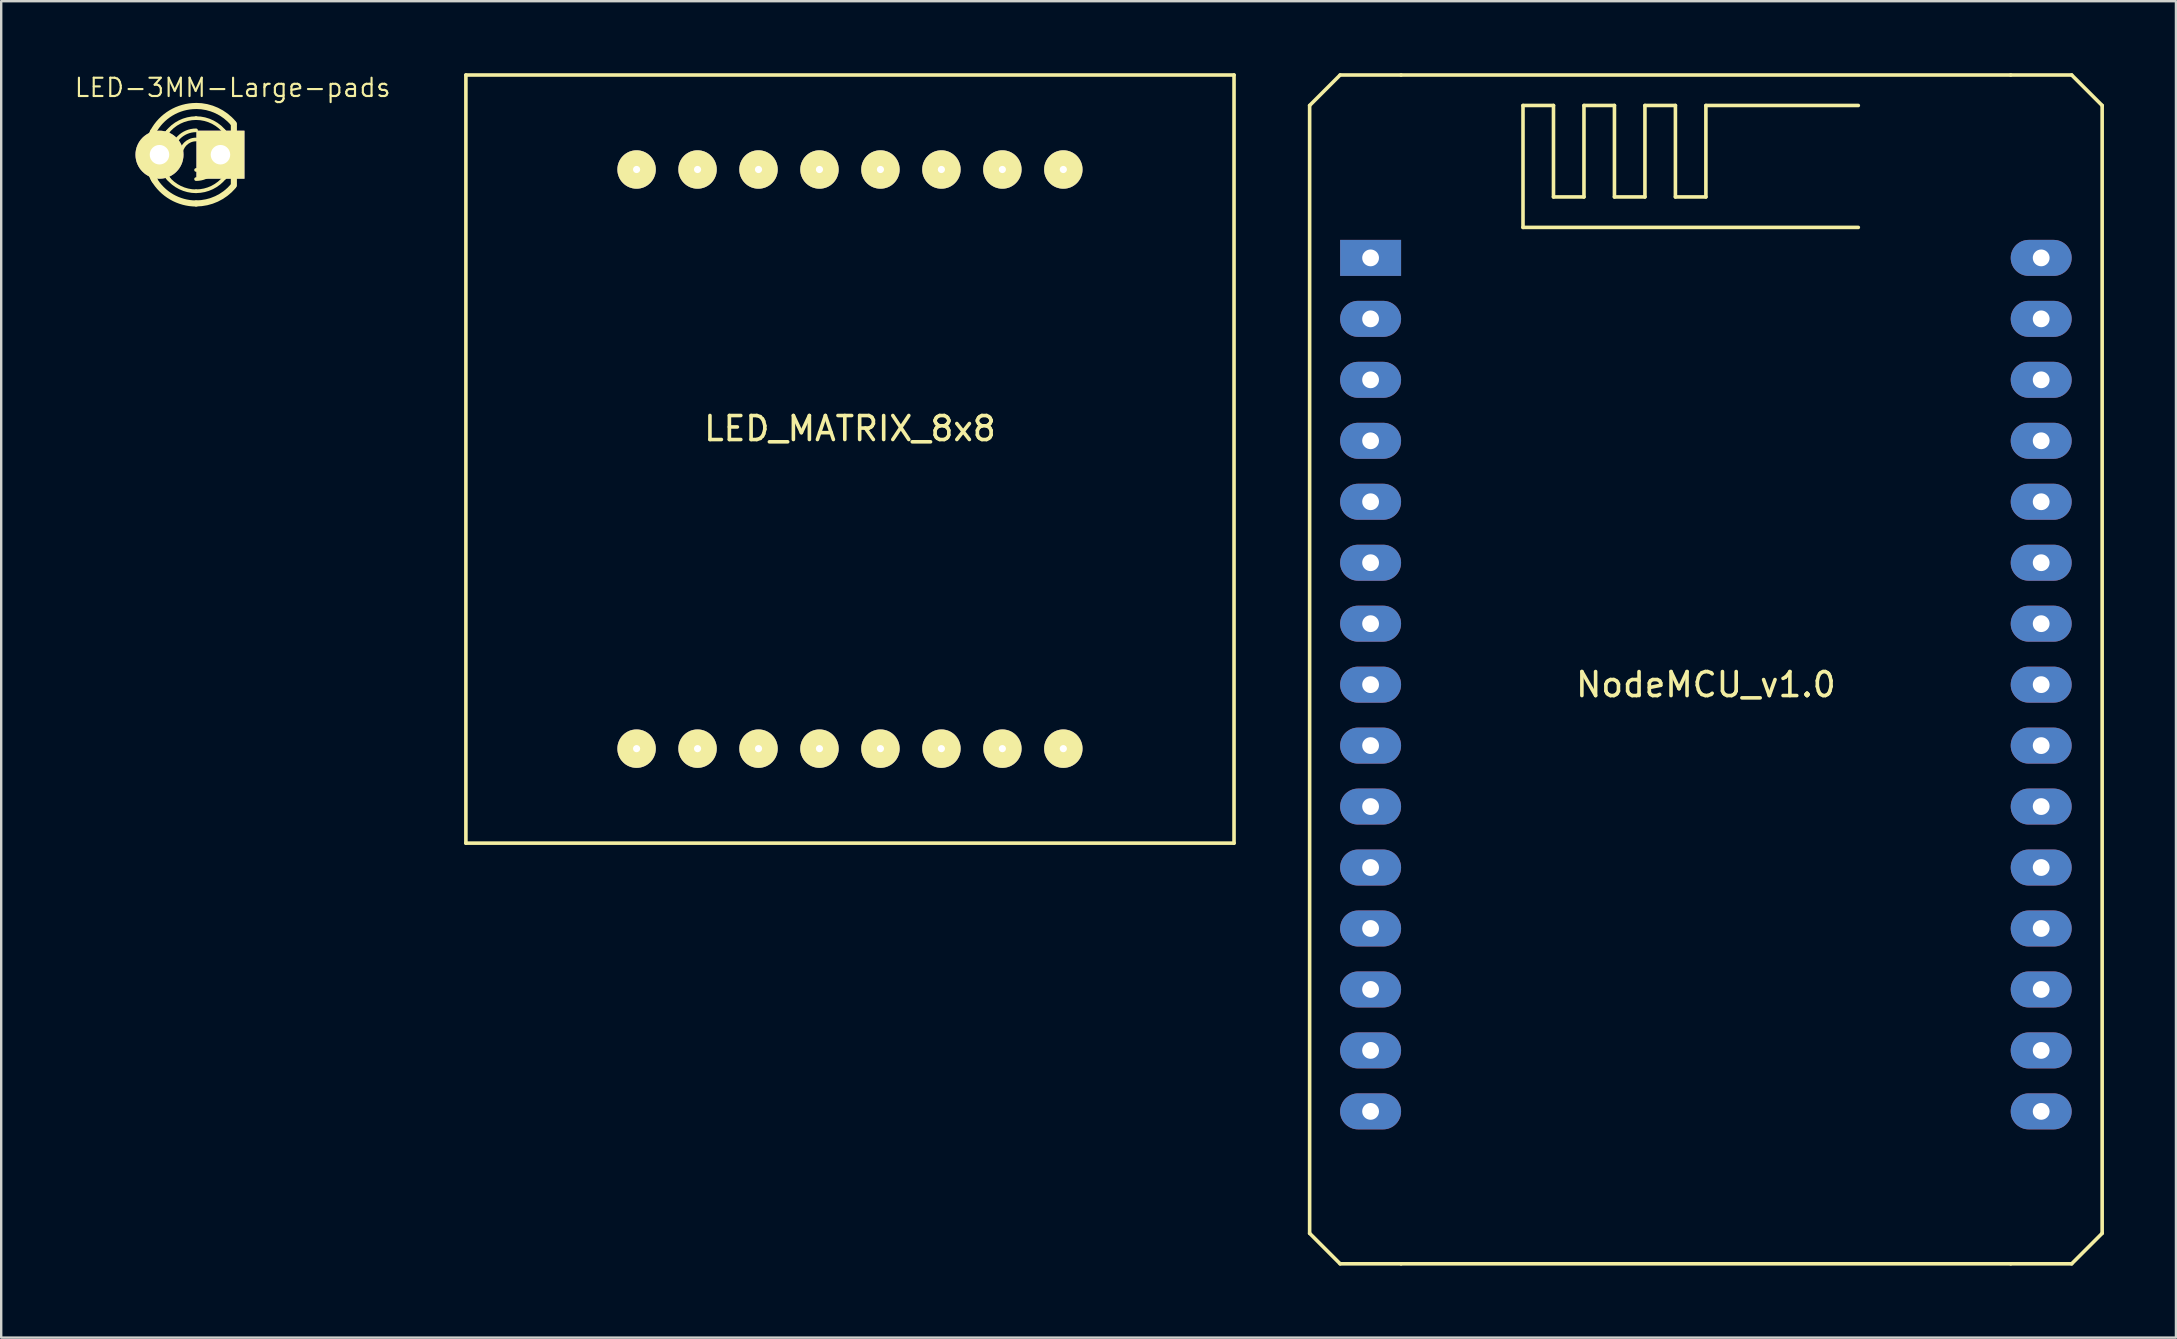
<source format=kicad_pcb>
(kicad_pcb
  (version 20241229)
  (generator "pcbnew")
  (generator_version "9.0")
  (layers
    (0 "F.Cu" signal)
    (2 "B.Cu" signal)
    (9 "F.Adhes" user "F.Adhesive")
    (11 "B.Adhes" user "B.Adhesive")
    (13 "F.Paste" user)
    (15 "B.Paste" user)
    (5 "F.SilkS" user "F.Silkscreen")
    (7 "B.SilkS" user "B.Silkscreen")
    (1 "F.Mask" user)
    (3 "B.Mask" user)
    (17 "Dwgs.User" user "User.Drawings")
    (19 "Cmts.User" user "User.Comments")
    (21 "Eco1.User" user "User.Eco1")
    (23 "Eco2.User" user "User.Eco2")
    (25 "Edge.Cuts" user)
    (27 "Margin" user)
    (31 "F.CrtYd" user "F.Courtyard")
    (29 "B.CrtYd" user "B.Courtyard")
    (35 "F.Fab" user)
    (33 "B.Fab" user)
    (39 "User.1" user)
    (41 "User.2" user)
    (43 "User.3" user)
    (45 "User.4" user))
  (footprint "LED_MATRIX_8x8"
    (layer "F.Cu")
    (at 32.363 16.077)
    (property "Reference" "LED_MATRIX_8x8" (at 0 -1.27 0) (layer "F.SilkS") (effects (font (size 1 1) (thickness 0.15))))
    (attr through_hole)
    (fp_line (start -16.002 -16.002) (end 16.002 -16.002) (stroke (width 0.15) (type solid)) (layer "F.SilkS"))
    (fp_line (start -16.002 16.002) (end -16.002 -16.002) (stroke (width 0.15) (type solid)) (layer "F.SilkS"))
    (fp_line (start 16.002 -16.002) (end 16.002 16.002) (stroke (width 0.15) (type solid)) (layer "F.SilkS"))
    (fp_line (start 16.002 16.002) (end -16.002 16.002) (stroke (width 0.15) (type solid)) (layer "F.SilkS"))
    (pad "1" thru_hole circle (at -8.89 12.065) (size 1.6 1.6) (drill 0.3) (layers "*.Cu" "*.Mask" "F.SilkS"))
    (pad "2" thru_hole circle (at -6.35 12.065) (size 1.6 1.6) (drill 0.3) (layers "*.Cu" "*.Mask" "F.SilkS"))
    (pad "3" thru_hole circle (at -3.81 12.065) (size 1.6 1.6) (drill 0.3) (layers "*.Cu" "*.Mask" "F.SilkS"))
    (pad "4" thru_hole circle (at -1.27 12.065) (size 1.6 1.6) (drill 0.3) (layers "*.Cu" "*.Mask" "F.SilkS"))
    (pad "5" thru_hole circle (at 1.27 12.065) (size 1.6 1.6) (drill 0.3) (layers "*.Cu" "*.Mask" "F.SilkS"))
    (pad "6" thru_hole circle (at 3.81 12.065) (size 1.6 1.6) (drill 0.3) (layers "*.Cu" "*.Mask" "F.SilkS"))
    (pad "7" thru_hole circle (at 6.35 12.065) (size 1.6 1.6) (drill 0.3) (layers "*.Cu" "*.Mask" "F.SilkS"))
    (pad "8" thru_hole circle (at 8.89 12.065) (size 1.6 1.6) (drill 0.3) (layers "*.Cu" "*.Mask" "F.SilkS"))
    (pad "9" thru_hole circle (at 8.89 -12.065) (size 1.6 1.6) (drill 0.3) (layers "*.Cu" "*.Mask" "F.SilkS"))
    (pad "10" thru_hole circle (at 6.35 -12.065) (size 1.6 1.6) (drill 0.3) (layers "*.Cu" "*.Mask" "F.SilkS"))
    (pad "11" thru_hole circle (at 3.81 -12.065) (size 1.6 1.6) (drill 0.3) (layers "*.Cu" "*.Mask" "F.SilkS"))
    (pad "12" thru_hole circle (at 1.27 -12.065) (size 1.6 1.6) (drill 0.3) (layers "*.Cu" "*.Mask" "F.SilkS"))
    (pad "13" thru_hole circle (at -1.27 -12.065) (size 1.6 1.6) (drill 0.3) (layers "*.Cu" "*.Mask" "F.SilkS"))
    (pad "14" thru_hole circle (at -3.81 -12.065) (size 1.6 1.6) (drill 0.3) (layers "*.Cu" "*.Mask" "F.SilkS"))
    (pad "15" thru_hole circle (at -6.35 -12.065) (size 1.6 1.6) (drill 0.3) (layers "*.Cu" "*.Mask" "F.SilkS"))
    (pad "16" thru_hole circle (at -8.89 -12.065) (size 1.6 1.6) (drill 0.3) (layers "*.Cu" "*.Mask" "F.SilkS")))
  (footprint "NodeMCU_v1.0"
    (layer "F.Cu")
    (at 68.025 25.475)
    (property "Reference" "NodeMCU_v1.0" (at 0 0 0) (layer "F.SilkS") (effects (font (size 1 1) (thickness 0.15))))
    (attr through_hole)
    (fp_line (start -16.51 -24.13) (end -16.51 22.86) (stroke (width 0.15) (type solid)) (layer "F.SilkS"))
    (fp_line (start -16.51 22.86) (end -15.24 24.13) (stroke (width 0.15) (type solid)) (layer "F.SilkS"))
    (fp_line (start -15.24 -25.4) (end -16.51 -24.13) (stroke (width 0.15) (type solid)) (layer "F.SilkS"))
    (fp_line (start -15.24 24.13) (end -12.7 24.13) (stroke (width 0.15) (type solid)) (layer "F.SilkS"))
    (fp_line (start -12.7 -25.4) (end -15.24 -25.4) (stroke (width 0.15) (type solid)) (layer "F.SilkS"))
    (fp_line (start -12.7 24.13) (end 12.7 24.13) (stroke (width 0.15) (type solid)) (layer "F.SilkS"))
    (fp_line (start -7.62 -24.13) (end -6.35 -24.13) (stroke (width 0.15) (type solid)) (layer "F.SilkS"))
    (fp_line (start -7.62 -19.05) (end -7.62 -24.13) (stroke (width 0.15) (type solid)) (layer "F.SilkS"))
    (fp_line (start -6.35 -24.13) (end -6.35 -20.32) (stroke (width 0.15) (type solid)) (layer "F.SilkS"))
    (fp_line (start -6.35 -20.32) (end -5.08 -20.32) (stroke (width 0.15) (type solid)) (layer "F.SilkS"))
    (fp_line (start -5.08 -24.13) (end -3.81 -24.13) (stroke (width 0.15) (type solid)) (layer "F.SilkS"))
    (fp_line (start -5.08 -20.32) (end -5.08 -24.13) (stroke (width 0.15) (type solid)) (layer "F.SilkS"))
    (fp_line (start -3.81 -24.13) (end -3.81 -20.32) (stroke (width 0.15) (type solid)) (layer "F.SilkS"))
    (fp_line (start -3.81 -20.32) (end -2.54 -20.32) (stroke (width 0.15) (type solid)) (layer "F.SilkS"))
    (fp_line (start -2.54 -24.13) (end -1.27 -24.13) (stroke (width 0.15) (type solid)) (layer "F.SilkS"))
    (fp_line (start -2.54 -20.32) (end -2.54 -24.13) (stroke (width 0.15) (type solid)) (layer "F.SilkS"))
    (fp_line (start -1.27 -24.13) (end -1.27 -20.32) (stroke (width 0.15) (type solid)) (layer "F.SilkS"))
    (fp_line (start -1.27 -20.32) (end 0 -20.32) (stroke (width 0.15) (type solid)) (layer "F.SilkS"))
    (fp_line (start 0 -24.13) (end 6.35 -24.13) (stroke (width 0.15) (type solid)) (layer "F.SilkS"))
    (fp_line (start 0 -20.32) (end 0 -24.13) (stroke (width 0.15) (type solid)) (layer "F.SilkS"))
    (fp_line (start 6.35 -19.05) (end -7.62 -19.05) (stroke (width 0.15) (type solid)) (layer "F.SilkS"))
    (fp_line (start 12.7 -25.4) (end -12.7 -25.4) (stroke (width 0.15) (type solid)) (layer "F.SilkS"))
    (fp_line (start 12.7 24.13) (end 15.24 24.13) (stroke (width 0.15) (type solid)) (layer "F.SilkS"))
    (fp_line (start 15.24 -25.4) (end 12.7 -25.4) (stroke (width 0.15) (type solid)) (layer "F.SilkS"))
    (fp_line (start 15.24 24.13) (end 16.51 22.86) (stroke (width 0.15) (type solid)) (layer "F.SilkS"))
    (fp_line (start 16.51 -24.13) (end 15.24 -25.4) (stroke (width 0.15) (type solid)) (layer "F.SilkS"))
    (fp_line (start 16.51 22.86) (end 16.51 -24.13) (stroke (width 0.15) (type solid)) (layer "F.SilkS"))
    (pad "1" thru_hole rect (at -13.97 -17.78) (size 2.54 1.5) (drill 0.7) (layers "*.Cu" "*.Mask"))
    (pad "2" thru_hole oval (at -13.97 -15.24) (size 2.54 1.5) (drill 0.7) (layers "*.Cu" "*.Mask"))
    (pad "3" thru_hole oval (at -13.97 -12.7) (size 2.54 1.5) (drill 0.7) (layers "*.Cu" "*.Mask"))
    (pad "4" thru_hole oval (at -13.97 -10.16) (size 2.54 1.5) (drill 0.7) (layers "*.Cu" "*.Mask"))
    (pad "5" thru_hole oval (at -13.97 -7.62) (size 2.54 1.5) (drill 0.7) (layers "*.Cu" "*.Mask"))
    (pad "6" thru_hole oval (at -13.97 -5.08) (size 2.54 1.5) (drill 0.7) (layers "*.Cu" "*.Mask"))
    (pad "7" thru_hole oval (at -13.97 -2.54) (size 2.54 1.5) (drill 0.7) (layers "*.Cu" "*.Mask"))
    (pad "8" thru_hole oval (at -13.97 0) (size 2.54 1.5) (drill 0.7) (layers "*.Cu" "*.Mask"))
    (pad "9" thru_hole oval (at -13.97 2.54) (size 2.54 1.5) (drill 0.7) (layers "*.Cu" "*.Mask"))
    (pad "10" thru_hole oval (at -13.97 5.08) (size 2.54 1.5) (drill 0.7) (layers "*.Cu" "*.Mask"))
    (pad "11" thru_hole oval (at -13.97 7.62) (size 2.54 1.5) (drill 0.7) (layers "*.Cu" "*.Mask"))
    (pad "12" thru_hole oval (at -13.97 10.16) (size 2.54 1.5) (drill 0.7) (layers "*.Cu" "*.Mask"))
    (pad "13" thru_hole oval (at -13.97 12.7) (size 2.54 1.5) (drill 0.7) (layers "*.Cu" "*.Mask"))
    (pad "14" thru_hole oval (at -13.97 15.24) (size 2.54 1.5) (drill 0.7) (layers "*.Cu" "*.Mask"))
    (pad "15" thru_hole oval (at -13.97 17.78) (size 2.54 1.5) (drill 0.7) (layers "*.Cu" "*.Mask"))
    (pad "16" thru_hole oval (at 13.97 17.78) (size 2.54 1.5) (drill 0.7) (layers "*.Cu" "*.Mask"))
    (pad "17" thru_hole oval (at 13.97 15.24) (size 2.54 1.5) (drill 0.7) (layers "*.Cu" "*.Mask"))
    (pad "18" thru_hole oval (at 13.97 12.7) (size 2.54 1.5) (drill 0.7) (layers "*.Cu" "*.Mask"))
    (pad "19" thru_hole oval (at 13.97 10.16) (size 2.54 1.5) (drill 0.7) (layers "*.Cu" "*.Mask"))
    (pad "20" thru_hole oval (at 13.97 7.62) (size 2.54 1.5) (drill 0.7) (layers "*.Cu" "*.Mask"))
    (pad "21" thru_hole oval (at 13.97 5.08) (size 2.54 1.5) (drill 0.7) (layers "*.Cu" "*.Mask"))
    (pad "22" thru_hole oval (at 13.97 2.54) (size 2.54 1.5) (drill 0.7) (layers "*.Cu" "*.Mask"))
    (pad "23" thru_hole oval (at 13.97 0) (size 2.54 1.5) (drill 0.7) (layers "*.Cu" "*.Mask"))
    (pad "24" thru_hole oval (at 13.97 -2.54) (size 2.54 1.5) (drill 0.7) (layers "*.Cu" "*.Mask"))
    (pad "25" thru_hole oval (at 13.97 -5.08) (size 2.54 1.5) (drill 0.7) (layers "*.Cu" "*.Mask"))
    (pad "26" thru_hole oval (at 13.97 -7.62) (size 2.54 1.5) (drill 0.7) (layers "*.Cu" "*.Mask"))
    (pad "27" thru_hole oval (at 13.97 -10.16) (size 2.54 1.5) (drill 0.7) (layers "*.Cu" "*.Mask"))
    (pad "28" thru_hole oval (at 13.97 -12.7) (size 2.54 1.5) (drill 0.7) (layers "*.Cu" "*.Mask"))
    (pad "29" thru_hole oval (at 13.97 -15.24) (size 2.54 1.5) (drill 0.7) (layers "*.Cu" "*.Mask"))
    (pad "30" thru_hole oval (at 13.97 -17.78) (size 2.54 1.5) (drill 0.7) (layers "*.Cu" "*.Mask")))
  (footprint "LED-3MM-Large-pads"
    (layer "F.Cu")
    (at 4.865 3.396)
    (property "Reference" "LED-3MM-Large-pads" (at 1.778 -2.794 0) (layer "F.SilkS") (effects (font (size 0.762 0.762) (thickness 0.089))))
    (attr through_hole)
    (fp_line (start 1.829 1.27) (end 1.829 -1.27) (stroke (width 0.254) (type solid)) (layer "F.SilkS"))
    (fp_arc (start -1.778 0) (mid -1.716347 -0.496745) (end -1.53513 -0.963347) (stroke (width 0.254) (type solid)) (layer "F.SilkS"))
    (fp_arc (start -1.5367 -0.95504) (mid -0.790567 -1.739997) (end 0.253025 -2.02946) (stroke (width 0.254) (type solid)) (layer "F.SilkS"))
    (fp_arc (start -1.47574 1.06426) (mid -1.700164 0.553076) (end -1.776923 0.0001) (stroke (width 0.254) (type solid)) (layer "F.SilkS"))
    (fp_arc (start -1.27 0) (mid -1.178999 -0.518738) (end -0.916864 -0.975527) (stroke (width 0.1524) (type solid)) (layer "F.SilkS"))
    (fp_arc (start -0.9652 -0.9144) (mid -0.427912 -1.362928) (end 0.253199 -1.524) (stroke (width 0.1524) (type solid)) (layer "F.SilkS"))
    (fp_arc (start -0.88392 1.01092) (mid -1.168742 0.540951) (end -1.268111 0.000469) (stroke (width 0.1524) (type solid)) (layer "F.SilkS"))
    (fp_arc (start -0.762 0) (mid -0.46442 -0.71842) (end 0.254 -1.016) (stroke (width 0.1524) (type solid)) (layer "F.SilkS"))
    (fp_arc (start -0.381 0) (mid -0.195013 -0.449013) (end 0.254 -0.635) (stroke (width 0.1524) (type solid)) (layer "F.SilkS"))
    (fp_arc (start 0.254 -2.032) (mid 1.114367 -1.840867) (end 1.81288 -1.303426) (stroke (width 0.254) (type solid)) (layer "F.SilkS"))
    (fp_arc (start 0.254 -1.524) (mid 0.950618 -1.35547) (end 1.493166 -0.887155) (stroke (width 0.1524) (type solid)) (layer "F.SilkS"))
    (fp_arc (start 0.254 1.524) (mid -0.415273 1.369179) (end -0.948564 0.936171) (stroke (width 0.1524) (type solid)) (layer "F.SilkS"))
    (fp_arc (start 0.254 2.032) (mid -0.76507 1.757988) (end -1.509299 1.009851) (stroke (width 0.254) (type solid)) (layer "F.SilkS"))
    (fp_arc (start 0.889 0) (mid 0.703013 0.449013) (end 0.254 0.635) (stroke (width 0.1524) (type solid)) (layer "F.SilkS"))
    (fp_arc (start 1.27 0) (mid 0.97242 0.71842) (end 0.254 1.016) (stroke (width 0.1524) (type solid)) (layer "F.SilkS"))
    (fp_arc (start 1.4097 -0.9906) (mid 1.681593 -0.528119) (end 1.776147 -0.000034) (stroke (width 0.1524) (type solid)) (layer "F.SilkS"))
    (fp_arc (start 1.45542 0.93472) (mid 0.922882 1.367373) (end 0.254442 1.522206) (stroke (width 0.1524) (type solid)) (layer "F.SilkS"))
    (fp_arc (start 1.778 0) (mid 1.686999 0.518738) (end 1.424864 0.975527) (stroke (width 0.1524) (type solid)) (layer "F.SilkS"))
    (fp_arc (start 1.8034 1.31064) (mid 1.109154 1.840416) (end 0.256552 2.029387) (stroke (width 0.254) (type solid)) (layer "F.SilkS"))
    (pad "1" thru_hole circle (at -1.27 0) (size 2 2) (drill 0.813) (layers "*.Cu" "*.Mask" "F.SilkS"))
    (pad "2" thru_hole rect (at 1.27 0) (size 2 2) (drill 0.813) (layers "*.Cu" "*.Mask" "F.SilkS")))
  (gr_rect
    (start -3 -3)
    (end 87.61 52.68)
    (stroke (width 0.1) (type default))
    (fill no)
    (layer "Edge.Cuts")))
</source>
